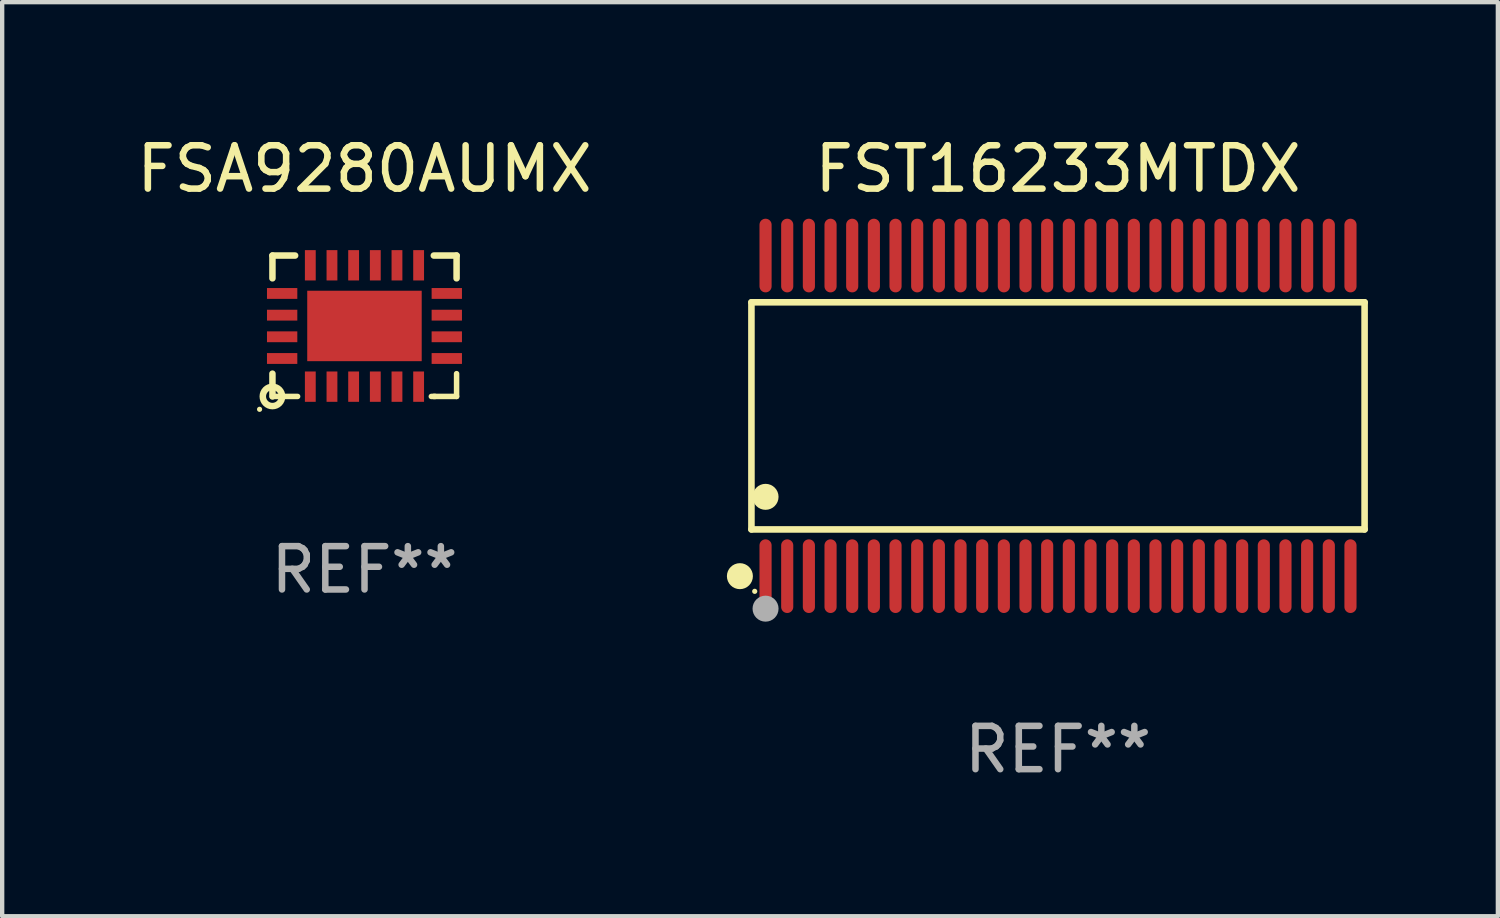
<source format=kicad_pcb>
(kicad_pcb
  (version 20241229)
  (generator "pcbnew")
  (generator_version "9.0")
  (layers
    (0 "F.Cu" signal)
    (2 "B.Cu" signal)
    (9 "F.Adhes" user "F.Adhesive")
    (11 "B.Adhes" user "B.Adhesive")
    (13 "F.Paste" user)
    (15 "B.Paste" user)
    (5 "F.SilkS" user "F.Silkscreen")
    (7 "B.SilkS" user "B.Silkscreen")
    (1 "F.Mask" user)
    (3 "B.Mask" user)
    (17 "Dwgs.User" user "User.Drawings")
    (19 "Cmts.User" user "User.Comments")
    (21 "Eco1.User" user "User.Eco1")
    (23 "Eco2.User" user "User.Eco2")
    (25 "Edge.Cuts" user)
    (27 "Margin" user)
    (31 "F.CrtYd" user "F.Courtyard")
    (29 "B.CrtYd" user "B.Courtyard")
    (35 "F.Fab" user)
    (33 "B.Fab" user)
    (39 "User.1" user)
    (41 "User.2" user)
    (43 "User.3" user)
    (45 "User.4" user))
  (footprint "FSA9280AUMX"
    (layer "F.Cu")
    (at 5.363 4.474)
    (property "Reference" "FSA9280AUMX" (at 0 -3.626 0) (layer "F.SilkS") (effects (font (size 1 1) (thickness 0.15))))
    (attr through_hole)
    (fp_line (start -2.125 -1.626) (end -1.601 -1.626) (stroke (width 0.15) (type solid)) (layer "F.SilkS"))
    (fp_line (start -2.125 -1.1) (end -2.125 -1.626) (stroke (width 0.15) (type solid)) (layer "F.SilkS"))
    (fp_line (start -2.125 1.626) (end -2.125 1.1) (stroke (width 0.15) (type solid)) (layer "F.SilkS"))
    (fp_line (start -2.125 1.626) (end -1.544 1.626) (stroke (width 0.127) (type solid)) (layer "F.SilkS"))
    (fp_line (start 1.542 1.626) (end 1.629 1.626) (stroke (width 0.127) (type solid)) (layer "F.SilkS"))
    (fp_line (start 1.599 1.626) (end 2.125 1.626) (stroke (width 0.127) (type solid)) (layer "F.SilkS"))
    (fp_line (start 2.125 -1.626) (end 1.599 -1.626) (stroke (width 0.15) (type solid)) (layer "F.SilkS"))
    (fp_line (start 2.125 -1.1) (end 2.125 -1.626) (stroke (width 0.15) (type solid)) (layer "F.SilkS"))
    (fp_line (start 2.125 1.626) (end 2.125 1.1) (stroke (width 0.127) (type solid)) (layer "F.SilkS"))
    (fp_circle (center -2.422 1.923) (end -2.392 1.923) (stroke (width 0.06) (type solid)) (fill no) (layer "F.SilkS"))
    (fp_circle (center -2.125 1.626) (end -1.902 1.626) (stroke (width 0.15) (type solid)) (fill no) (layer "F.SilkS"))
    (fp_text user "REF**" (at 0 5.626 0) (layer "F.Fab") (effects (font (size 1 1) (thickness 0.15))))
    (pad "1" smd rect (at -1.251 1.4 90) (size 0.7 0.25) (layers "F.Cu" "F.Mask" "F.Paste"))
    (pad "2" smd rect (at -0.751 1.4 90) (size 0.7 0.25) (layers "F.Cu" "F.Mask" "F.Paste"))
    (pad "3" smd rect (at -0.251 1.4 90) (size 0.7 0.25) (layers "F.Cu" "F.Mask" "F.Paste"))
    (pad "4" smd rect (at 0.249 1.4 90) (size 0.7 0.25) (layers "F.Cu" "F.Mask" "F.Paste"))
    (pad "5" smd rect (at 0.749 1.4 90) (size 0.7 0.25) (layers "F.Cu" "F.Mask" "F.Paste"))
    (pad "6" smd rect (at 1.249 1.4 90) (size 0.7 0.25) (layers "F.Cu" "F.Mask" "F.Paste"))
    (pad "7" smd rect (at 1.899 0.75 180) (size 0.7 0.25) (layers "F.Cu" "F.Mask" "F.Paste"))
    (pad "8" smd rect (at 1.899 0.249 180) (size 0.7 0.25) (layers "F.Cu" "F.Mask" "F.Paste"))
    (pad "9" smd rect (at 1.899 -0.25 180) (size 0.7 0.25) (layers "F.Cu" "F.Mask" "F.Paste"))
    (pad "10" smd rect (at 1.899 -0.751 180) (size 0.7 0.25) (layers "F.Cu" "F.Mask" "F.Paste"))
    (pad "11" smd rect (at 1.249 -1.401 90) (size 0.7 0.25) (layers "F.Cu" "F.Mask" "F.Paste"))
    (pad "12" smd rect (at 0.749 -1.401 90) (size 0.7 0.25) (layers "F.Cu" "F.Mask" "F.Paste"))
    (pad "13" smd rect (at 0.249 -1.401 90) (size 0.7 0.25) (layers "F.Cu" "F.Mask" "F.Paste"))
    (pad "14" smd rect (at -0.251 -1.401 90) (size 0.7 0.25) (layers "F.Cu" "F.Mask" "F.Paste"))
    (pad "15" smd rect (at -0.751 -1.401 90) (size 0.7 0.25) (layers "F.Cu" "F.Mask" "F.Paste"))
    (pad "16" smd rect (at -1.251 -1.401 90) (size 0.7 0.25) (layers "F.Cu" "F.Mask" "F.Paste"))
    (pad "17" smd rect (at -1.901 -0.751 180) (size 0.7 0.25) (layers "F.Cu" "F.Mask" "F.Paste"))
    (pad "18" smd rect (at -1.901 -0.25 180) (size 0.7 0.25) (layers "F.Cu" "F.Mask" "F.Paste"))
    (pad "19" smd rect (at -1.901 0.249 180) (size 0.7 0.25) (layers "F.Cu" "F.Mask" "F.Paste"))
    (pad "20" smd rect (at -1.901 0.75 180) (size 0.7 0.25) (layers "F.Cu" "F.Mask" "F.Paste"))
    (pad "21" smd rect (at -0.001 -0.001) (size 2.642 1.626) (layers "F.Cu" "F.Mask" "F.Paste")))
  (footprint "FST16233MTDX"
    (layer "F.Cu")
    (at 21.369 6.548)
    (property "Reference" "FST16233MTDX" (at 0 -5.7 0) (layer "F.SilkS") (effects (font (size 1 1) (thickness 0.15))))
    (attr through_hole)
    (fp_line (start -7.076 -2.621) (end 7.076 -2.621) (stroke (width 0.152) (type solid)) (layer "F.SilkS"))
    (fp_line (start -7.076 2.621) (end -7.076 -2.621) (stroke (width 0.152) (type solid)) (layer "F.SilkS"))
    (fp_line (start 7.076 -2.621) (end 7.076 2.621) (stroke (width 0.152) (type solid)) (layer "F.SilkS"))
    (fp_line (start 7.076 2.621) (end -7.076 2.621) (stroke (width 0.152) (type solid)) (layer "F.SilkS"))
    (fp_circle (center -7.342 3.7) (end -7.192 3.7) (stroke (width 0.3) (type solid)) (fill no) (layer "F.SilkS"))
    (fp_circle (center -7 4.05) (end -6.97 4.05) (stroke (width 0.06) (type solid)) (fill no) (layer "F.SilkS"))
    (fp_circle (center -6.75 1.869) (end -6.6 1.869) (stroke (width 0.3) (type solid)) (fill no) (layer "F.SilkS"))
    (fp_circle (center -6.75 4.45) (end -6.6 4.45) (stroke (width 0.3) (type solid)) (fill no) (layer "F.Fab"))
    (fp_text user "REF**" (at 0 7.7 0) (layer "F.Fab") (effects (font (size 1 1) (thickness 0.15))))
    (pad "1" smd oval (at -6.75 3.7) (size 0.28 1.7) (layers "F.Cu" "F.Mask" "F.Paste"))
    (pad "2" smd oval (at -6.25 3.7) (size 0.28 1.7) (layers "F.Cu" "F.Mask" "F.Paste"))
    (pad "3" smd oval (at -5.75 3.7) (size 0.28 1.7) (layers "F.Cu" "F.Mask" "F.Paste"))
    (pad "4" smd oval (at -5.25 3.7) (size 0.28 1.7) (layers "F.Cu" "F.Mask" "F.Paste"))
    (pad "5" smd oval (at -4.75 3.7) (size 0.28 1.7) (layers "F.Cu" "F.Mask" "F.Paste"))
    (pad "6" smd oval (at -4.25 3.7) (size 0.28 1.7) (layers "F.Cu" "F.Mask" "F.Paste"))
    (pad "7" smd oval (at -3.75 3.7) (size 0.28 1.7) (layers "F.Cu" "F.Mask" "F.Paste"))
    (pad "8" smd oval (at -3.25 3.7) (size 0.28 1.7) (layers "F.Cu" "F.Mask" "F.Paste"))
    (pad "9" smd oval (at -2.75 3.7) (size 0.28 1.7) (layers "F.Cu" "F.Mask" "F.Paste"))
    (pad "10" smd oval (at -2.25 3.7) (size 0.28 1.7) (layers "F.Cu" "F.Mask" "F.Paste"))
    (pad "11" smd oval (at -1.75 3.7) (size 0.28 1.7) (layers "F.Cu" "F.Mask" "F.Paste"))
    (pad "12" smd oval (at -1.25 3.7) (size 0.28 1.7) (layers "F.Cu" "F.Mask" "F.Paste"))
    (pad "13" smd oval (at -0.75 3.7) (size 0.28 1.7) (layers "F.Cu" "F.Mask" "F.Paste"))
    (pad "14" smd oval (at -0.25 3.7) (size 0.28 1.7) (layers "F.Cu" "F.Mask" "F.Paste"))
    (pad "15" smd oval (at 0.25 3.7) (size 0.28 1.7) (layers "F.Cu" "F.Mask" "F.Paste"))
    (pad "16" smd oval (at 0.75 3.7) (size 0.28 1.7) (layers "F.Cu" "F.Mask" "F.Paste"))
    (pad "17" smd oval (at 1.25 3.7) (size 0.28 1.7) (layers "F.Cu" "F.Mask" "F.Paste"))
    (pad "18" smd oval (at 1.75 3.7) (size 0.28 1.7) (layers "F.Cu" "F.Mask" "F.Paste"))
    (pad "19" smd oval (at 2.25 3.7) (size 0.28 1.7) (layers "F.Cu" "F.Mask" "F.Paste"))
    (pad "20" smd oval (at 2.75 3.7) (size 0.28 1.7) (layers "F.Cu" "F.Mask" "F.Paste"))
    (pad "21" smd oval (at 3.25 3.7) (size 0.28 1.7) (layers "F.Cu" "F.Mask" "F.Paste"))
    (pad "22" smd oval (at 3.75 3.7) (size 0.28 1.7) (layers "F.Cu" "F.Mask" "F.Paste"))
    (pad "23" smd oval (at 4.25 3.7) (size 0.28 1.7) (layers "F.Cu" "F.Mask" "F.Paste"))
    (pad "24" smd oval (at 4.75 3.7) (size 0.28 1.7) (layers "F.Cu" "F.Mask" "F.Paste"))
    (pad "25" smd oval (at 5.25 3.7) (size 0.28 1.7) (layers "F.Cu" "F.Mask" "F.Paste"))
    (pad "26" smd oval (at 5.75 3.7) (size 0.28 1.7) (layers "F.Cu" "F.Mask" "F.Paste"))
    (pad "27" smd oval (at 6.25 3.7) (size 0.28 1.7) (layers "F.Cu" "F.Mask" "F.Paste"))
    (pad "28" smd oval (at 6.75 3.7) (size 0.28 1.7) (layers "F.Cu" "F.Mask" "F.Paste"))
    (pad "29" smd oval (at 6.75 -3.7) (size 0.28 1.7) (layers "F.Cu" "F.Mask" "F.Paste"))
    (pad "30" smd oval (at 6.25 -3.7) (size 0.28 1.7) (layers "F.Cu" "F.Mask" "F.Paste"))
    (pad "31" smd oval (at 5.75 -3.7) (size 0.28 1.7) (layers "F.Cu" "F.Mask" "F.Paste"))
    (pad "32" smd oval (at 5.25 -3.7) (size 0.28 1.7) (layers "F.Cu" "F.Mask" "F.Paste"))
    (pad "33" smd oval (at 4.75 -3.7) (size 0.28 1.7) (layers "F.Cu" "F.Mask" "F.Paste"))
    (pad "34" smd oval (at 4.25 -3.7) (size 0.28 1.7) (layers "F.Cu" "F.Mask" "F.Paste"))
    (pad "35" smd oval (at 3.75 -3.7) (size 0.28 1.7) (layers "F.Cu" "F.Mask" "F.Paste"))
    (pad "36" smd oval (at 3.25 -3.7) (size 0.28 1.7) (layers "F.Cu" "F.Mask" "F.Paste"))
    (pad "37" smd oval (at 2.75 -3.7) (size 0.28 1.7) (layers "F.Cu" "F.Mask" "F.Paste"))
    (pad "38" smd oval (at 2.25 -3.7) (size 0.28 1.7) (layers "F.Cu" "F.Mask" "F.Paste"))
    (pad "39" smd oval (at 1.75 -3.7) (size 0.28 1.7) (layers "F.Cu" "F.Mask" "F.Paste"))
    (pad "40" smd oval (at 1.25 -3.7) (size 0.28 1.7) (layers "F.Cu" "F.Mask" "F.Paste"))
    (pad "41" smd oval (at 0.75 -3.7) (size 0.28 1.7) (layers "F.Cu" "F.Mask" "F.Paste"))
    (pad "42" smd oval (at 0.25 -3.7) (size 0.28 1.7) (layers "F.Cu" "F.Mask" "F.Paste"))
    (pad "43" smd oval (at -0.25 -3.7) (size 0.28 1.7) (layers "F.Cu" "F.Mask" "F.Paste"))
    (pad "44" smd oval (at -0.75 -3.7) (size 0.28 1.7) (layers "F.Cu" "F.Mask" "F.Paste"))
    (pad "45" smd oval (at -1.25 -3.7) (size 0.28 1.7) (layers "F.Cu" "F.Mask" "F.Paste"))
    (pad "46" smd oval (at -1.75 -3.7) (size 0.28 1.7) (layers "F.Cu" "F.Mask" "F.Paste"))
    (pad "47" smd oval (at -2.25 -3.7) (size 0.28 1.7) (layers "F.Cu" "F.Mask" "F.Paste"))
    (pad "48" smd oval (at -2.75 -3.7) (size 0.28 1.7) (layers "F.Cu" "F.Mask" "F.Paste"))
    (pad "49" smd oval (at -3.25 -3.7) (size 0.28 1.7) (layers "F.Cu" "F.Mask" "F.Paste"))
    (pad "50" smd oval (at -3.75 -3.7) (size 0.28 1.7) (layers "F.Cu" "F.Mask" "F.Paste"))
    (pad "51" smd oval (at -4.25 -3.7) (size 0.28 1.7) (layers "F.Cu" "F.Mask" "F.Paste"))
    (pad "52" smd oval (at -4.75 -3.7) (size 0.28 1.7) (layers "F.Cu" "F.Mask" "F.Paste"))
    (pad "53" smd oval (at -5.25 -3.7) (size 0.28 1.7) (layers "F.Cu" "F.Mask" "F.Paste"))
    (pad "54" smd oval (at -5.75 -3.7) (size 0.28 1.7) (layers "F.Cu" "F.Mask" "F.Paste"))
    (pad "55" smd oval (at -6.25 -3.7) (size 0.28 1.7) (layers "F.Cu" "F.Mask" "F.Paste"))
    (pad "56" smd oval (at -6.75 -3.7) (size 0.28 1.7) (layers "F.Cu" "F.Mask" "F.Paste")))
  (gr_rect
    (start -3 -3)
    (end 31.521 18.097)
    (stroke (width 0.1) (type default))
    (fill no)
    (layer "Edge.Cuts")))
</source>
